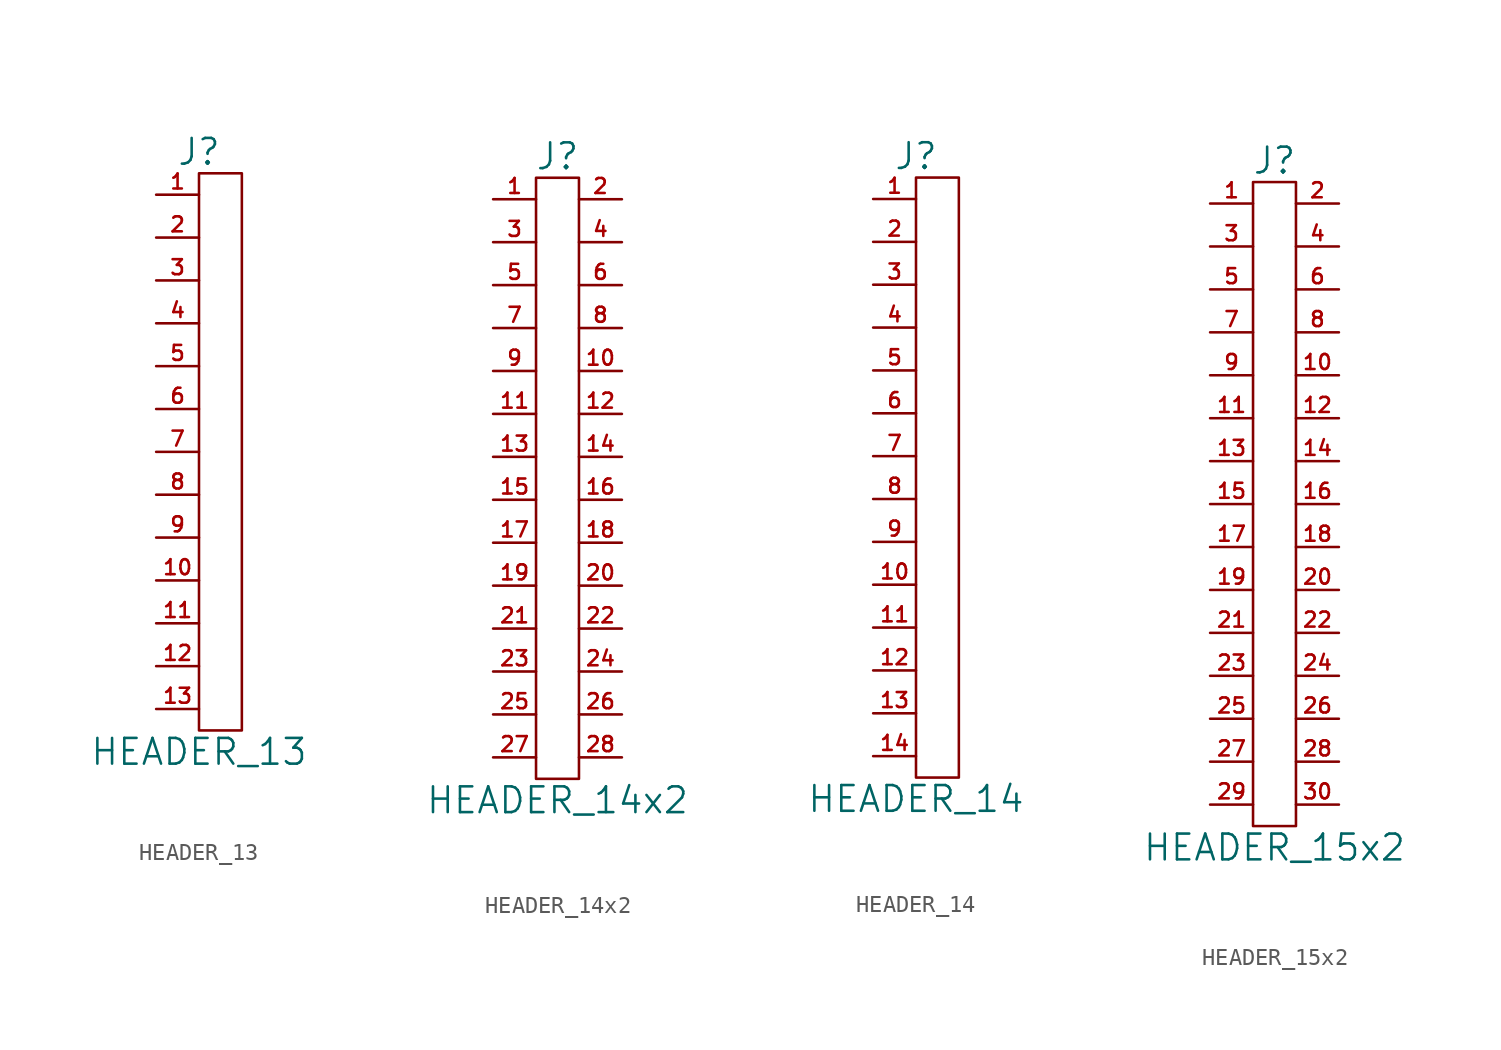
<source format=kicad_sym>
(kicad_symbol_lib
  (version 20201005)
  (generator kicad_symbol_editor)
  (symbol "HEADER_13"
    (pin_names
      (offset 0))
    (property "Reference" "J"
      (at 0 17.78 0)
      (effects (font (size 1.524 1.524))))
    (property "Value" "HEADER_13"
      (at 0 -17.78 0)
      (effects (font (size 1.524 1.524))))
    (property "Footprint" ""
      (at 0 0 0)
      (effects (font (size 1.524 1.524))))
    (property "Datasheet" ""
      (at 0 0 0)
      (effects (font (size 1.524 1.524))))
    (symbol "HEADER_13_0_1"
      (rectangle (start 2.54 16.51) (end 0 -16.51) (stroke (width 0)) (fill (type none))))
    (symbol "HEADER_13_1_1"
      (pin passive line (at -2.54 15.24 0) (length 2.54) (name "~" (effects (font (size 1.27 1.27)))) (number "1" (effects (font (size 0.889 0.889)))))
      (pin passive line (at -2.54 -7.62 0) (length 2.54) (name "~" (effects (font (size 1.27 1.27)))) (number "10" (effects (font (size 0.889 0.889)))))
      (pin passive line (at -2.54 -10.16 0) (length 2.54) (name "~" (effects (font (size 1.27 1.27)))) (number "11" (effects (font (size 0.889 0.889)))))
      (pin passive line (at -2.54 -12.7 0) (length 2.54) (name "~" (effects (font (size 1.27 1.27)))) (number "12" (effects (font (size 0.889 0.889)))))
      (pin passive line (at -2.54 -15.24 0) (length 2.54) (name "~" (effects (font (size 1.27 1.27)))) (number "13" (effects (font (size 0.889 0.889)))))
      (pin passive line (at -2.54 12.7 0) (length 2.54) (name "~" (effects (font (size 1.27 1.27)))) (number "2" (effects (font (size 0.889 0.889)))))
      (pin passive line (at -2.54 10.16 0) (length 2.54) (name "~" (effects (font (size 1.27 1.27)))) (number "3" (effects (font (size 0.889 0.889)))))
      (pin passive line (at -2.54 7.62 0) (length 2.54) (name "~" (effects (font (size 1.27 1.27)))) (number "4" (effects (font (size 0.889 0.889)))))
      (pin passive line (at -2.54 5.08 0) (length 2.54) (name "~" (effects (font (size 1.27 1.27)))) (number "5" (effects (font (size 0.889 0.889)))))
      (pin passive line (at -2.54 2.54 0) (length 2.54) (name "~" (effects (font (size 1.27 1.27)))) (number "6" (effects (font (size 0.889 0.889)))))
      (pin passive line (at -2.54 0 0) (length 2.54) (name "~" (effects (font (size 1.27 1.27)))) (number "7" (effects (font (size 0.889 0.889)))))
      (pin passive line (at -2.54 -2.54 0) (length 2.54) (name "~" (effects (font (size 1.27 1.27)))) (number "8" (effects (font (size 0.889 0.889)))))
      (pin passive line (at -2.54 -5.08 0) (length 2.54) (name "~" (effects (font (size 1.27 1.27)))) (number "9" (effects (font (size 0.889 0.889)))))))
  (symbol "HEADER_14x2"
    (pin_names
      (offset 0))
    (property "Reference" "J"
      (at 0 19.05 0)
      (effects (font (size 1.524 1.524))))
    (property "Value" "HEADER_14x2"
      (at 0 -19.05 0)
      (effects (font (size 1.524 1.524))))
    (property "Footprint" ""
      (at 0 -1.27 0)
      (effects (font (size 1.524 1.524))))
    (property "Datasheet" ""
      (at 0 -1.27 0)
      (effects (font (size 1.524 1.524))))
    (symbol "HEADER_14x2_0_1"
      (rectangle (start -1.27 17.78) (end 1.27 -17.78) (stroke (width 0)) (fill (type none))))
    (symbol "HEADER_14x2_1_1"
      (pin passive line (at -3.81 16.51 0) (length 2.54) (name "~" (effects (font (size 0.889 0.889)))) (number "1" (effects (font (size 0.889 0.889)))))
      (pin passive line (at 3.81 6.35 180) (length 2.54) (name "~" (effects (font (size 1.27 1.27)))) (number "10" (effects (font (size 0.889 0.889)))))
      (pin passive line (at -3.81 3.81 0) (length 2.54) (name "~" (effects (font (size 1.27 1.27)))) (number "11" (effects (font (size 0.889 0.889)))))
      (pin passive line (at 3.81 3.81 180) (length 2.54) (name "~" (effects (font (size 1.27 1.27)))) (number "12" (effects (font (size 0.889 0.889)))))
      (pin passive line (at -3.81 1.27 0) (length 2.54) (name "~" (effects (font (size 1.27 1.27)))) (number "13" (effects (font (size 0.889 0.889)))))
      (pin passive line (at 3.81 1.27 180) (length 2.54) (name "~" (effects (font (size 1.27 1.27)))) (number "14" (effects (font (size 0.889 0.889)))))
      (pin passive line (at -3.81 -1.27 0) (length 2.54) (name "~" (effects (font (size 1.27 1.27)))) (number "15" (effects (font (size 0.889 0.889)))))
      (pin passive line (at 3.81 -1.27 180) (length 2.54) (name "~" (effects (font (size 1.27 1.27)))) (number "16" (effects (font (size 0.889 0.889)))))
      (pin passive line (at -3.81 -3.81 0) (length 2.54) (name "~" (effects (font (size 1.27 1.27)))) (number "17" (effects (font (size 0.889 0.889)))))
      (pin passive line (at 3.81 -3.81 180) (length 2.54) (name "~" (effects (font (size 1.27 1.27)))) (number "18" (effects (font (size 0.889 0.889)))))
      (pin passive line (at -3.81 -6.35 0) (length 2.54) (name "~" (effects (font (size 1.27 1.27)))) (number "19" (effects (font (size 0.889 0.889)))))
      (pin passive line (at 3.81 16.51 180) (length 2.54) (name "~" (effects (font (size 1.27 1.27)))) (number "2" (effects (font (size 0.889 0.889)))))
      (pin passive line (at 3.81 -6.35 180) (length 2.54) (name "~" (effects (font (size 1.27 1.27)))) (number "20" (effects (font (size 0.889 0.889)))))
      (pin passive line (at -3.81 -8.89 0) (length 2.54) (name "~" (effects (font (size 1.27 1.27)))) (number "21" (effects (font (size 0.889 0.889)))))
      (pin passive line (at 3.81 -8.89 180) (length 2.54) (name "~" (effects (font (size 1.27 1.27)))) (number "22" (effects (font (size 0.889 0.889)))))
      (pin passive line (at -3.81 -11.43 0) (length 2.54) (name "~" (effects (font (size 1.27 1.27)))) (number "23" (effects (font (size 0.889 0.889)))))
      (pin passive line (at 3.81 -11.43 180) (length 2.54) (name "~" (effects (font (size 1.27 1.27)))) (number "24" (effects (font (size 0.889 0.889)))))
      (pin passive line (at -3.81 -13.97 0) (length 2.54) (name "~" (effects (font (size 1.27 1.27)))) (number "25" (effects (font (size 0.889 0.889)))))
      (pin passive line (at 3.81 -13.97 180) (length 2.54) (name "~" (effects (font (size 1.27 1.27)))) (number "26" (effects (font (size 0.889 0.889)))))
      (pin passive line (at -3.81 -16.51 0) (length 2.54) (name "~" (effects (font (size 1.27 1.27)))) (number "27" (effects (font (size 0.889 0.889)))))
      (pin passive line (at 3.81 -16.51 180) (length 2.54) (name "~" (effects (font (size 1.27 1.27)))) (number "28" (effects (font (size 0.889 0.889)))))
      (pin passive line (at -3.81 13.97 0) (length 2.54) (name "~" (effects (font (size 1.27 1.27)))) (number "3" (effects (font (size 0.889 0.889)))))
      (pin passive line (at 3.81 13.97 180) (length 2.54) (name "~" (effects (font (size 1.27 1.27)))) (number "4" (effects (font (size 0.889 0.889)))))
      (pin passive line (at -3.81 11.43 0) (length 2.54) (name "~" (effects (font (size 1.27 1.27)))) (number "5" (effects (font (size 0.889 0.889)))))
      (pin passive line (at 3.81 11.43 180) (length 2.54) (name "~" (effects (font (size 1.27 1.27)))) (number "6" (effects (font (size 0.889 0.889)))))
      (pin passive line (at -3.81 8.89 0) (length 2.54) (name "~" (effects (font (size 1.27 1.27)))) (number "7" (effects (font (size 0.889 0.889)))))
      (pin passive line (at 3.81 8.89 180) (length 2.54) (name "~" (effects (font (size 1.27 1.27)))) (number "8" (effects (font (size 0.889 0.889)))))
      (pin passive line (at -3.81 6.35 0) (length 2.54) (name "~" (effects (font (size 1.27 1.27)))) (number "9" (effects (font (size 0.889 0.889)))))))
  (symbol "HEADER_14"
    (pin_names
      (offset 0))
    (property "Reference" "J"
      (at 0 19.05 0)
      (effects (font (size 1.524 1.524))))
    (property "Value" "HEADER_14"
      (at 0 -19.05 0)
      (effects (font (size 1.524 1.524))))
    (property "Footprint" ""
      (at 0 0 0)
      (effects (font (size 1.524 1.524))))
    (property "Datasheet" ""
      (at 0 0 0)
      (effects (font (size 1.524 1.524))))
    (symbol "HEADER_14_0_1"
      (rectangle (start 2.54 17.78) (end 0 -17.78) (stroke (width 0)) (fill (type none))))
    (symbol "HEADER_14_1_1"
      (pin passive line (at -2.54 16.51 0) (length 2.54) (name "~" (effects (font (size 1.27 1.27)))) (number "1" (effects (font (size 0.889 0.889)))))
      (pin passive line (at -2.54 -6.35 0) (length 2.54) (name "~" (effects (font (size 1.27 1.27)))) (number "10" (effects (font (size 0.889 0.889)))))
      (pin passive line (at -2.54 -8.89 0) (length 2.54) (name "~" (effects (font (size 1.27 1.27)))) (number "11" (effects (font (size 0.889 0.889)))))
      (pin passive line (at -2.54 -11.43 0) (length 2.54) (name "~" (effects (font (size 1.27 1.27)))) (number "12" (effects (font (size 0.889 0.889)))))
      (pin passive line (at -2.54 -13.97 0) (length 2.54) (name "~" (effects (font (size 1.27 1.27)))) (number "13" (effects (font (size 0.889 0.889)))))
      (pin passive line (at -2.54 -16.51 0) (length 2.54) (name "~" (effects (font (size 1.27 1.27)))) (number "14" (effects (font (size 0.889 0.889)))))
      (pin passive line (at -2.54 13.97 0) (length 2.54) (name "~" (effects (font (size 1.27 1.27)))) (number "2" (effects (font (size 0.889 0.889)))))
      (pin passive line (at -2.54 11.43 0) (length 2.54) (name "~" (effects (font (size 1.27 1.27)))) (number "3" (effects (font (size 0.889 0.889)))))
      (pin passive line (at -2.54 8.89 0) (length 2.54) (name "~" (effects (font (size 1.27 1.27)))) (number "4" (effects (font (size 0.889 0.889)))))
      (pin passive line (at -2.54 6.35 0) (length 2.54) (name "~" (effects (font (size 1.27 1.27)))) (number "5" (effects (font (size 0.889 0.889)))))
      (pin passive line (at -2.54 3.81 0) (length 2.54) (name "~" (effects (font (size 1.27 1.27)))) (number "6" (effects (font (size 0.889 0.889)))))
      (pin passive line (at -2.54 1.27 0) (length 2.54) (name "~" (effects (font (size 1.27 1.27)))) (number "7" (effects (font (size 0.889 0.889)))))
      (pin passive line (at -2.54 -1.27 0) (length 2.54) (name "~" (effects (font (size 1.27 1.27)))) (number "8" (effects (font (size 0.889 0.889)))))
      (pin passive line (at -2.54 -3.81 0) (length 2.54) (name "~" (effects (font (size 1.27 1.27)))) (number "9" (effects (font (size 0.889 0.889)))))))
  (symbol "HEADER_15x2"
    (pin_names
      (offset 0))
    (property "Reference" "J"
      (at 0 20.32 0)
      (effects (font (size 1.524 1.524))))
    (property "Value" "HEADER_15x2"
      (at 0 -20.32 0)
      (effects (font (size 1.524 1.524))))
    (property "Footprint" ""
      (at 0 0 0)
      (effects (font (size 1.524 1.524))))
    (property "Datasheet" ""
      (at 0 0 0)
      (effects (font (size 1.524 1.524))))
    (symbol "HEADER_15x2_0_1"
      (rectangle (start -1.27 19.05) (end 1.27 -19.05) (stroke (width 0)) (fill (type none))))
    (symbol "HEADER_15x2_1_1"
      (pin passive line (at -3.81 17.78 0) (length 2.54) (name "~" (effects (font (size 0.889 0.889)))) (number "1" (effects (font (size 0.889 0.889)))))
      (pin passive line (at 3.81 7.62 180) (length 2.54) (name "~" (effects (font (size 1.27 1.27)))) (number "10" (effects (font (size 0.889 0.889)))))
      (pin passive line (at -3.81 5.08 0) (length 2.54) (name "~" (effects (font (size 1.27 1.27)))) (number "11" (effects (font (size 0.889 0.889)))))
      (pin passive line (at 3.81 5.08 180) (length 2.54) (name "~" (effects (font (size 1.27 1.27)))) (number "12" (effects (font (size 0.889 0.889)))))
      (pin passive line (at -3.81 2.54 0) (length 2.54) (name "~" (effects (font (size 1.27 1.27)))) (number "13" (effects (font (size 0.889 0.889)))))
      (pin passive line (at 3.81 2.54 180) (length 2.54) (name "~" (effects (font (size 1.27 1.27)))) (number "14" (effects (font (size 0.889 0.889)))))
      (pin passive line (at -3.81 0 0) (length 2.54) (name "~" (effects (font (size 1.27 1.27)))) (number "15" (effects (font (size 0.889 0.889)))))
      (pin passive line (at 3.81 0 180) (length 2.54) (name "~" (effects (font (size 1.27 1.27)))) (number "16" (effects (font (size 0.889 0.889)))))
      (pin passive line (at -3.81 -2.54 0) (length 2.54) (name "~" (effects (font (size 1.27 1.27)))) (number "17" (effects (font (size 0.889 0.889)))))
      (pin passive line (at 3.81 -2.54 180) (length 2.54) (name "~" (effects (font (size 1.27 1.27)))) (number "18" (effects (font (size 0.889 0.889)))))
      (pin passive line (at -3.81 -5.08 0) (length 2.54) (name "~" (effects (font (size 1.27 1.27)))) (number "19" (effects (font (size 0.889 0.889)))))
      (pin passive line (at 3.81 17.78 180) (length 2.54) (name "~" (effects (font (size 1.27 1.27)))) (number "2" (effects (font (size 0.889 0.889)))))
      (pin passive line (at 3.81 -5.08 180) (length 2.54) (name "~" (effects (font (size 1.27 1.27)))) (number "20" (effects (font (size 0.889 0.889)))))
      (pin passive line (at -3.81 -7.62 0) (length 2.54) (name "~" (effects (font (size 1.27 1.27)))) (number "21" (effects (font (size 0.889 0.889)))))
      (pin passive line (at 3.81 -7.62 180) (length 2.54) (name "~" (effects (font (size 1.27 1.27)))) (number "22" (effects (font (size 0.889 0.889)))))
      (pin passive line (at -3.81 -10.16 0) (length 2.54) (name "~" (effects (font (size 1.27 1.27)))) (number "23" (effects (font (size 0.889 0.889)))))
      (pin passive line (at 3.81 -10.16 180) (length 2.54) (name "~" (effects (font (size 1.27 1.27)))) (number "24" (effects (font (size 0.889 0.889)))))
      (pin passive line (at -3.81 -12.7 0) (length 2.54) (name "~" (effects (font (size 1.27 1.27)))) (number "25" (effects (font (size 0.889 0.889)))))
      (pin passive line (at 3.81 -12.7 180) (length 2.54) (name "~" (effects (font (size 1.27 1.27)))) (number "26" (effects (font (size 0.889 0.889)))))
      (pin passive line (at -3.81 -15.24 0) (length 2.54) (name "~" (effects (font (size 1.27 1.27)))) (number "27" (effects (font (size 0.889 0.889)))))
      (pin passive line (at 3.81 -15.24 180) (length 2.54) (name "~" (effects (font (size 1.27 1.27)))) (number "28" (effects (font (size 0.889 0.889)))))
      (pin passive line (at -3.81 -17.78 0) (length 2.54) (name "~" (effects (font (size 1.27 1.27)))) (number "29" (effects (font (size 0.889 0.889)))))
      (pin passive line (at -3.81 15.24 0) (length 2.54) (name "~" (effects (font (size 1.27 1.27)))) (number "3" (effects (font (size 0.889 0.889)))))
      (pin passive line (at 3.81 -17.78 180) (length 2.54) (name "~" (effects (font (size 1.27 1.27)))) (number "30" (effects (font (size 0.889 0.889)))))
      (pin passive line (at 3.81 15.24 180) (length 2.54) (name "~" (effects (font (size 1.27 1.27)))) (number "4" (effects (font (size 0.889 0.889)))))
      (pin passive line (at -3.81 12.7 0) (length 2.54) (name "~" (effects (font (size 1.27 1.27)))) (number "5" (effects (font (size 0.889 0.889)))))
      (pin passive line (at 3.81 12.7 180) (length 2.54) (name "~" (effects (font (size 1.27 1.27)))) (number "6" (effects (font (size 0.889 0.889)))))
      (pin passive line (at -3.81 10.16 0) (length 2.54) (name "~" (effects (font (size 1.27 1.27)))) (number "7" (effects (font (size 0.889 0.889)))))
      (pin passive line (at 3.81 10.16 180) (length 2.54) (name "~" (effects (font (size 1.27 1.27)))) (number "8" (effects (font (size 0.889 0.889)))))
      (pin passive line (at -3.81 7.62 0) (length 2.54) (name "~" (effects (font (size 1.27 1.27)))) (number "9" (effects (font (size 0.889 0.889))))))))
</source>
